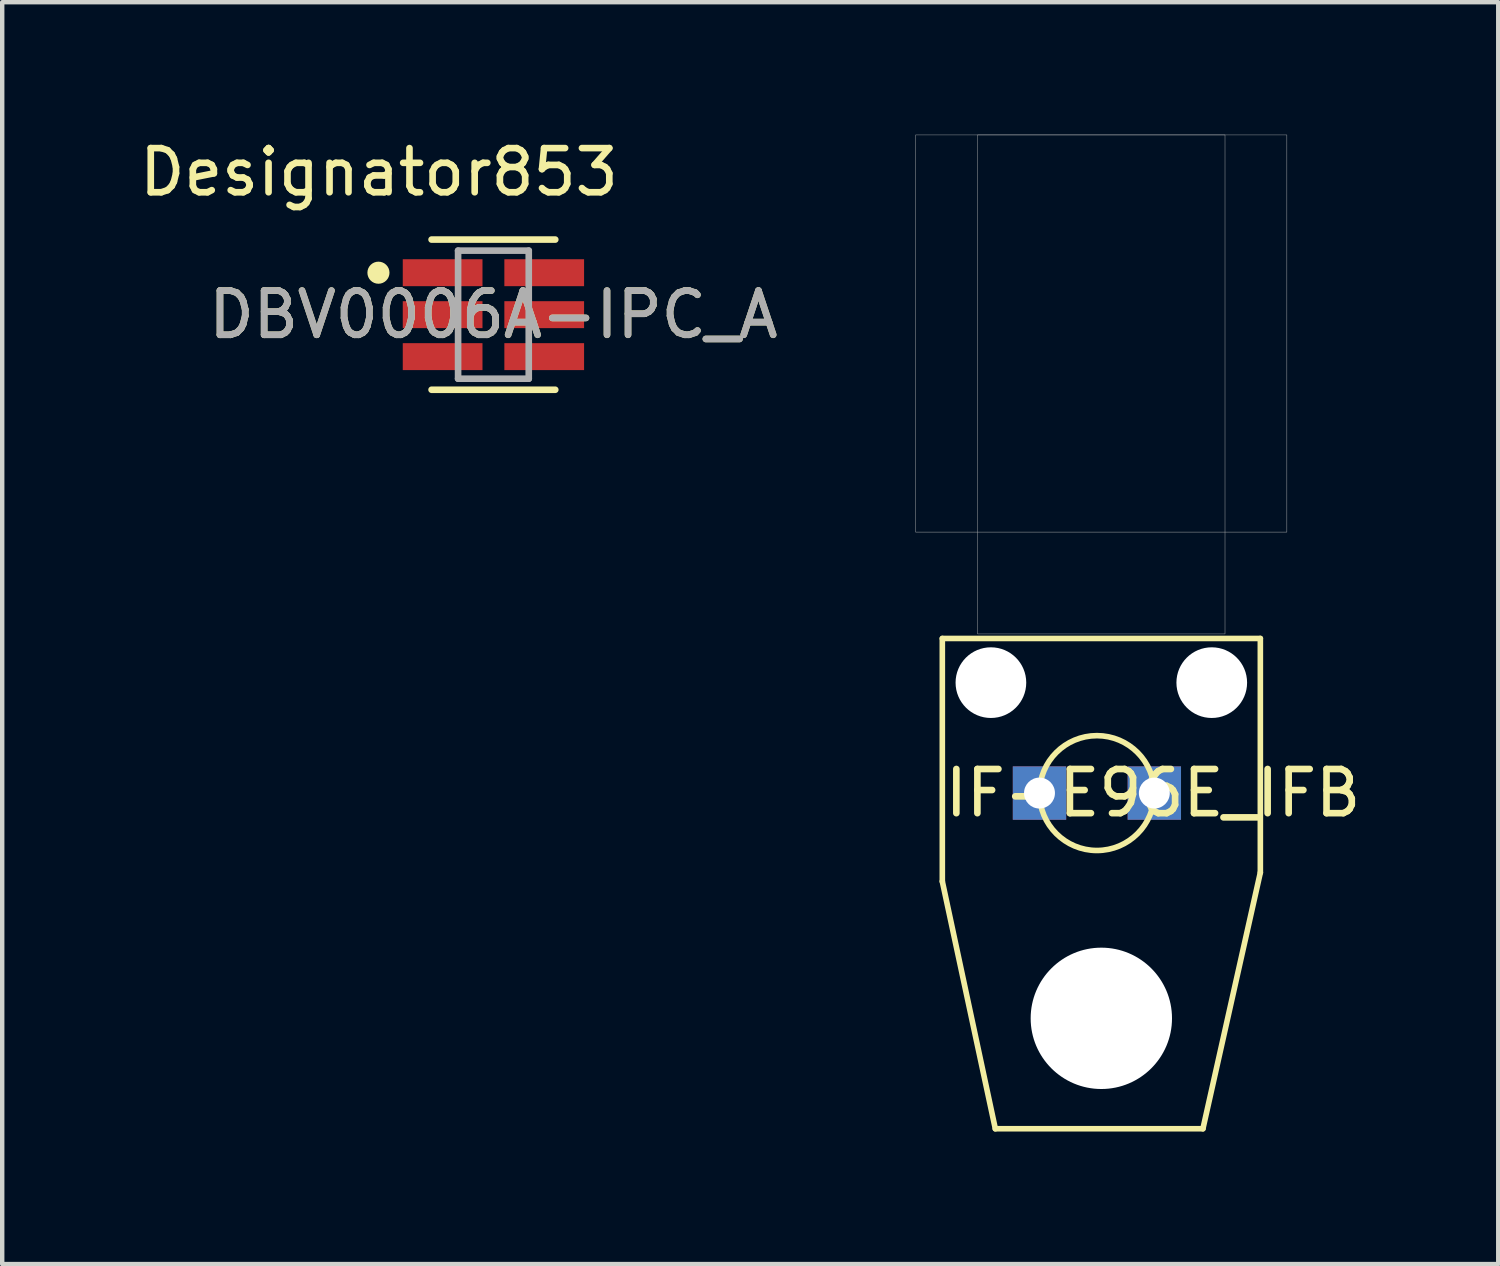
<source format=kicad_pcb>
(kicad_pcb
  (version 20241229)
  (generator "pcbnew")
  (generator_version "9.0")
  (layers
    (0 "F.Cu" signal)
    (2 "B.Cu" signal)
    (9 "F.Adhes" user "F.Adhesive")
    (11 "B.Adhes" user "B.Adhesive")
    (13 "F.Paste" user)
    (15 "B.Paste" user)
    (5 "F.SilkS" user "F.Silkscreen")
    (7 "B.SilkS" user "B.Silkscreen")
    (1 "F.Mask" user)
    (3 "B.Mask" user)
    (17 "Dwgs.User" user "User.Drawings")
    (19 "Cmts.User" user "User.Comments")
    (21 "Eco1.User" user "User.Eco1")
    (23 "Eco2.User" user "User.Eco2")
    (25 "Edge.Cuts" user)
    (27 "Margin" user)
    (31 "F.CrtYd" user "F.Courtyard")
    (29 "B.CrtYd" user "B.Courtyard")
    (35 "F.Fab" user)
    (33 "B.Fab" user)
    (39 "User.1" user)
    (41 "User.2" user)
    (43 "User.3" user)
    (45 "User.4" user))
  (footprint "IF-E96E_IFB"
    (layer "F.Cu")
    (at 21.784 14.905)
    (property "Reference" "IF-E96E_IFB" (at 1.27 0 0) (unlocked yes) (layer "F.SilkS") (effects (font (size 1 1) (thickness 0.15))))
    (attr through_hole)
    (fp_line (start -3.5 -3.5) (end -3.5 2) (stroke (width 0.127) (type solid)) (layer "F.SilkS"))
    (fp_line (start -3.5 -3.5) (end 3.7 -3.5) (stroke (width 0.127) (type solid)) (layer "F.SilkS"))
    (fp_line (start -3.5 2) (end -2.3 7.6) (stroke (width 0.127) (type solid)) (layer "F.SilkS"))
    (fp_line (start -2.3 7.6) (end 2.4 7.6) (stroke (width 0.127) (type solid)) (layer "F.SilkS"))
    (fp_line (start 2.4 7.6) (end 3.7 1.8) (stroke (width 0.127) (type solid)) (layer "F.SilkS"))
    (fp_line (start 3.7 -3.5) (end 3.7 1.8) (stroke (width 0.127) (type solid)) (layer "F.SilkS"))
    (fp_circle (center 0 0) (end 1.3 0) (stroke (width 0.127) (type solid)) (fill no) (layer "F.SilkS"))
    (fp_poly (pts (xy -4.105 -14.9) (xy 4.3 -14.9) (xy 4.3 -5.908) (xy -4.105 -5.908)) (stroke (width 0.01) (type solid)) (fill no) (layer "F.Fab"))
    (fp_poly (pts (xy -2.702 -14.9) (xy 2.9 -14.9) (xy 2.9 -3.603) (xy -2.702 -3.603)) (stroke (width 0.01) (type solid)) (fill no) (layer "F.Fab"))
    (pad "" np_thru_hole circle (at -2.4 -2.5) (size 1.6 1.6) (drill 1.6) (layers "*.Cu" "*.Mask"))
    (pad "" np_thru_hole circle (at 0.1 5.1) (size 3.2 3.2) (drill 3.2) (layers "*.Cu" "*.Mask"))
    (pad "" np_thru_hole circle (at 2.6 -2.5) (size 1.6 1.6) (drill 1.6) (layers "*.Cu" "*.Mask"))
    (pad "1" thru_hole rect (at -1.3 0) (size 1.208 1.208) (drill 0.7) (layers "*.Cu" "*.Mask"))
    (pad "2" thru_hole rect (at 1.3 0) (size 1.208 1.208) (drill 0.7) (layers "*.Cu" "*.Mask")))
  (footprint "DBV0006A-IPC_A"
    (layer "F.Cu")
    (at 8.121 4.074)
    (property "Reference" "DBV0006A-IPC_A" (at 0 0 0) (unlocked yes) (layer "F.SilkS") (effects (font (size 1 1) (thickness 0.15))))
    (attr smd)
    (fp_line (start -1.4 -1.7) (end 1.4 -1.7) (stroke (width 0.15) (type solid)) (layer "F.SilkS"))
    (fp_line (start -1.4 1.7) (end 1.4 1.7) (stroke (width 0.15) (type solid)) (layer "F.SilkS"))
    (fp_circle (center -2.603 -0.95) (end -2.478 -0.95) (stroke (width 0.25) (type solid)) (fill no) (layer "F.SilkS"))
    (fp_line (start -0.8 -1.45) (end 0.8 -1.45) (stroke (width 0.15) (type solid)) (layer "F.Fab"))
    (fp_line (start -0.8 1.45) (end -0.8 -1.45) (stroke (width 0.15) (type solid)) (layer "F.Fab"))
    (fp_line (start -0.8 1.45) (end 0.8 1.45) (stroke (width 0.15) (type solid)) (layer "F.Fab"))
    (fp_line (start 0.8 1.45) (end 0.8 -1.45) (stroke (width 0.15) (type solid)) (layer "F.Fab"))
    (fp_text user "Designator853" (at -2.591 -3.226 0) (unlocked yes) (layer "F.SilkS") (effects (font (size 1 1) (thickness 0.15))))
    (fp_text user "${REFERENCE}" (at 0 0 0) (unlocked yes) (layer "F.Fab") (effects (font (size 1 1) (thickness 0.15))))
    (pad "1" smd rect (at -1.15 -0.95) (size 1.805 0.61) (layers "F.Cu" "F.Mask" "F.Paste"))
    (pad "2" smd rect (at -1.15 0) (size 1.805 0.61) (layers "F.Cu" "F.Mask" "F.Paste"))
    (pad "3" smd rect (at -1.15 0.95) (size 1.805 0.61) (layers "F.Cu" "F.Mask" "F.Paste"))
    (pad "4" smd rect (at 1.15 0.95) (size 1.805 0.61) (layers "F.Cu" "F.Mask" "F.Paste"))
    (pad "5" smd rect (at 1.15 0) (size 1.805 0.61) (layers "F.Cu" "F.Mask" "F.Paste"))
    (pad "6" smd rect (at 1.15 -0.95) (size 1.805 0.61) (layers "F.Cu" "F.Mask" "F.Paste")))
  (gr_rect
    (start -3 -3)
    (end 30.87 25.569)
    (stroke (width 0.1) (type default))
    (fill no)
    (layer "Edge.Cuts")))
</source>
